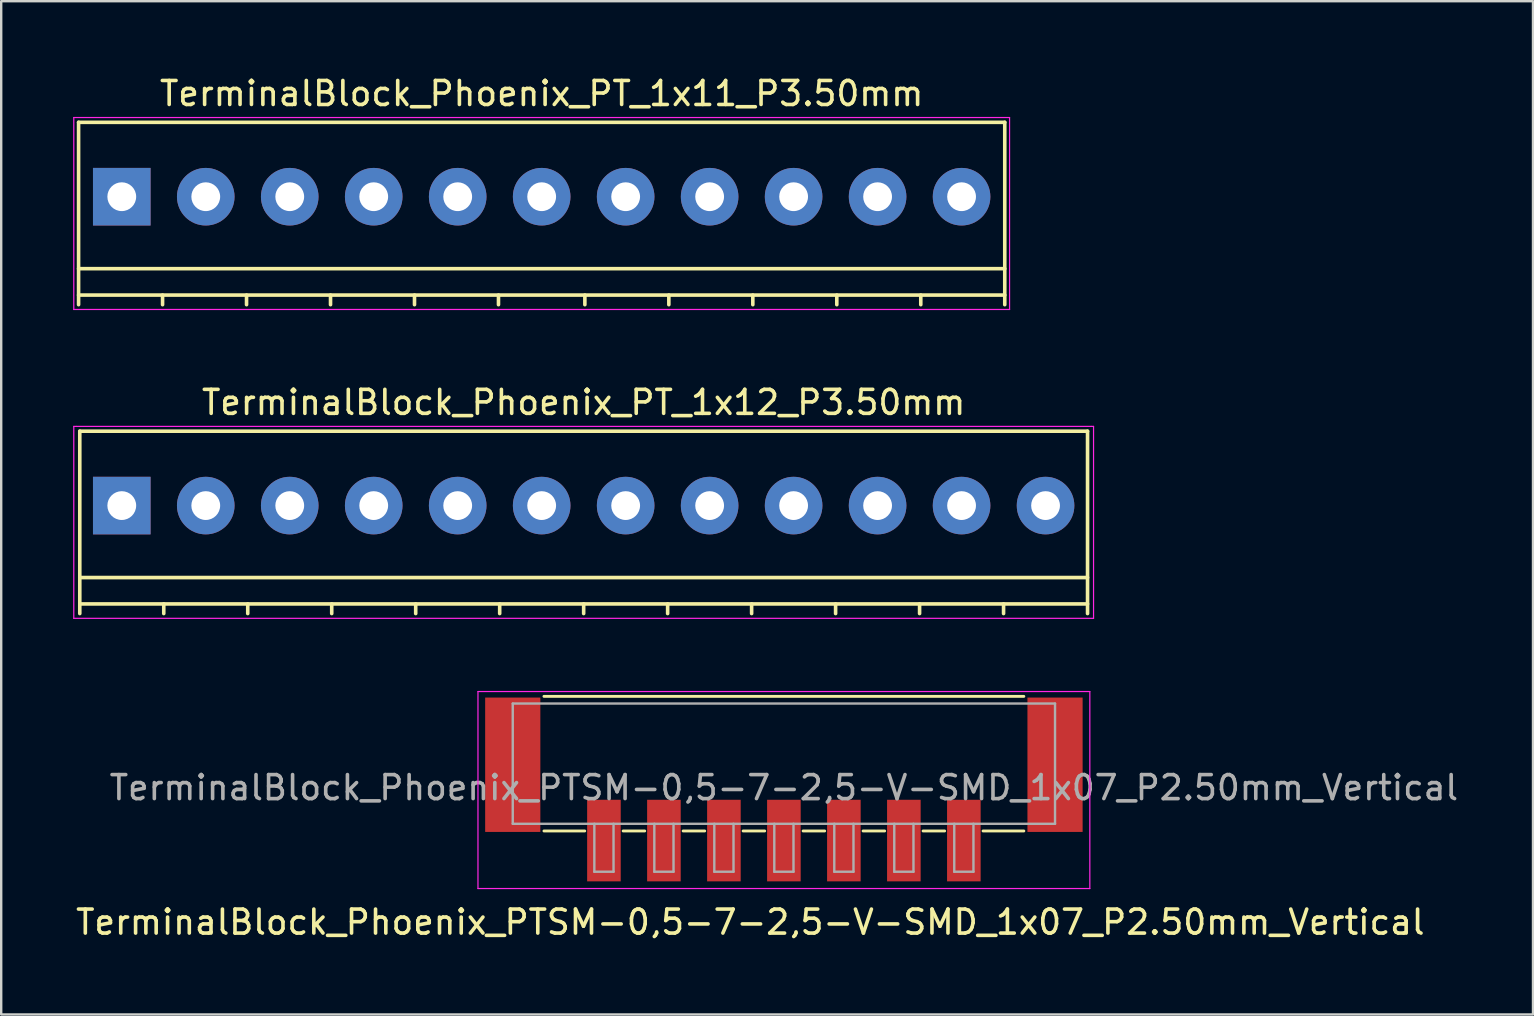
<source format=kicad_pcb>
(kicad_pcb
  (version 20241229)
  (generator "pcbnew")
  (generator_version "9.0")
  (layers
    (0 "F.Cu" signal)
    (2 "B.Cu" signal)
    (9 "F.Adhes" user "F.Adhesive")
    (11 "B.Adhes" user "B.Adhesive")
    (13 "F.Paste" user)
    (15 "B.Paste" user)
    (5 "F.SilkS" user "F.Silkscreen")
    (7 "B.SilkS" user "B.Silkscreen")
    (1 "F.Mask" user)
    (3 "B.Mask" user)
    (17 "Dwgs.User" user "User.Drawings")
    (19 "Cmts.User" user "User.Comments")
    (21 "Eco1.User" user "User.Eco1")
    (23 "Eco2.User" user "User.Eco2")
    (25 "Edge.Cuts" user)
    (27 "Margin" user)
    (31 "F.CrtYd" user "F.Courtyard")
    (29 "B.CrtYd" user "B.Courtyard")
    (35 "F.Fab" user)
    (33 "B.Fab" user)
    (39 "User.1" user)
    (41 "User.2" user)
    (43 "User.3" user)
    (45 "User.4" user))
  (footprint "TerminalBlock_Phoenix_PT_1x12_P3.50mm"
    (layer "F.Cu")
    (at 2.025 18.021)
    (property "Reference" "TerminalBlock_Phoenix_PT_1x12_P3.50mm" (at 19.25 -4.3 0) (layer "F.SilkS") (effects (font (size 1 1) (thickness 0.15))))
    (attr through_hole)
    (fp_line (start -1.75 -3.1) (end -1.75 4.5) (stroke (width 0.15) (type solid)) (layer "F.SilkS"))
    (fp_line (start -1.75 3) (end 40.25 3) (stroke (width 0.15) (type solid)) (layer "F.SilkS"))
    (fp_line (start -1.75 4.1) (end 40.25 4.1) (stroke (width 0.15) (type solid)) (layer "F.SilkS"))
    (fp_line (start 1.75 4.1) (end 1.75 4.5) (stroke (width 0.15) (type solid)) (layer "F.SilkS"))
    (fp_line (start 5.25 4.1) (end 5.25 4.5) (stroke (width 0.15) (type solid)) (layer "F.SilkS"))
    (fp_line (start 8.75 4.1) (end 8.75 4.5) (stroke (width 0.15) (type solid)) (layer "F.SilkS"))
    (fp_line (start 12.25 4.1) (end 12.25 4.5) (stroke (width 0.15) (type solid)) (layer "F.SilkS"))
    (fp_line (start 15.75 4.1) (end 15.75 4.5) (stroke (width 0.15) (type solid)) (layer "F.SilkS"))
    (fp_line (start 19.25 4.1) (end 19.25 4.5) (stroke (width 0.15) (type solid)) (layer "F.SilkS"))
    (fp_line (start 22.75 4.1) (end 22.75 4.5) (stroke (width 0.15) (type solid)) (layer "F.SilkS"))
    (fp_line (start 26.25 4.1) (end 26.25 4.5) (stroke (width 0.15) (type solid)) (layer "F.SilkS"))
    (fp_line (start 29.75 4.1) (end 29.75 4.5) (stroke (width 0.15) (type solid)) (layer "F.SilkS"))
    (fp_line (start 33.25 4.1) (end 33.25 4.5) (stroke (width 0.15) (type solid)) (layer "F.SilkS"))
    (fp_line (start 36.75 4.1) (end 36.75 4.5) (stroke (width 0.15) (type solid)) (layer "F.SilkS"))
    (fp_line (start 40.25 -3.1) (end -1.75 -3.1) (stroke (width 0.15) (type solid)) (layer "F.SilkS"))
    (fp_line (start 40.25 4.5) (end 40.25 -3.1) (stroke (width 0.15) (type solid)) (layer "F.SilkS"))
    (fp_line (start -2 -3.3) (end -1.9 -3.3) (stroke (width 0.05) (type solid)) (layer "F.CrtYd"))
    (fp_line (start -2 4.7) (end -2 -3.3) (stroke (width 0.05) (type solid)) (layer "F.CrtYd"))
    (fp_line (start -1.9 -3.3) (end 40.4 -3.3) (stroke (width 0.05) (type solid)) (layer "F.CrtYd"))
    (fp_line (start 40.4 -3.3) (end 40.5 -3.3) (stroke (width 0.05) (type solid)) (layer "F.CrtYd"))
    (fp_line (start 40.5 -3.3) (end 40.5 4.7) (stroke (width 0.05) (type solid)) (layer "F.CrtYd"))
    (fp_line (start 40.5 4.7) (end -2 4.7) (stroke (width 0.05) (type solid)) (layer "F.CrtYd"))
    (pad "1" thru_hole rect (at 0 0 180) (size 2.4 2.4) (drill 1.2) (layers "*.Cu" "*.Mask"))
    (pad "2" thru_hole circle (at 3.5 0 180) (size 2.4 2.4) (drill 1.2) (layers "*.Cu" "*.Mask"))
    (pad "3" thru_hole circle (at 7 0 180) (size 2.4 2.4) (drill 1.2) (layers "*.Cu" "*.Mask"))
    (pad "4" thru_hole circle (at 10.5 0 180) (size 2.4 2.4) (drill 1.2) (layers "*.Cu" "*.Mask"))
    (pad "5" thru_hole circle (at 14 0 180) (size 2.4 2.4) (drill 1.2) (layers "*.Cu" "*.Mask"))
    (pad "6" thru_hole circle (at 17.5 0 180) (size 2.4 2.4) (drill 1.2) (layers "*.Cu" "*.Mask"))
    (pad "7" thru_hole circle (at 21 0 180) (size 2.4 2.4) (drill 1.2) (layers "*.Cu" "*.Mask"))
    (pad "8" thru_hole circle (at 24.5 0 180) (size 2.4 2.4) (drill 1.2) (layers "*.Cu" "*.Mask"))
    (pad "9" thru_hole circle (at 28 0 180) (size 2.4 2.4) (drill 1.2) (layers "*.Cu" "*.Mask"))
    (pad "10" thru_hole circle (at 31.5 0 180) (size 2.4 2.4) (drill 1.2) (layers "*.Cu" "*.Mask"))
    (pad "11" thru_hole circle (at 35 0 180) (size 2.4 2.4) (drill 1.2) (layers "*.Cu" "*.Mask"))
    (pad "12" thru_hole circle (at 38.5 0 180) (size 2.4 2.4) (drill 1.2) (layers "*.Cu" "*.Mask")))
  (footprint "TerminalBlock_Phoenix_PTSM-0,5-7-2,5-V-SMD_1x07_P2.50mm_Vertical"
    (layer "F.Cu")
    (at 29.62 29.852)
    (property "Reference" "TerminalBlock_Phoenix_PTSM-0,5-7-2,5-V-SMD_1x07_P2.50mm_Vertical" (at -1.4 5.53 0) (layer "F.SilkS") (effects (font (size 1 1) (thickness 0.15))))
    (attr smd)
    (fp_line (start -10 -3.88) (end 10 -3.88) (stroke (width 0.12) (type solid)) (layer "F.SilkS"))
    (fp_line (start -8.3 1.73) (end -10 1.73) (stroke (width 0.12) (type solid)) (layer "F.SilkS"))
    (fp_line (start -5.8 1.73) (end -6.7 1.73) (stroke (width 0.12) (type solid)) (layer "F.SilkS"))
    (fp_line (start -3.3 1.73) (end -4.2 1.73) (stroke (width 0.12) (type solid)) (layer "F.SilkS"))
    (fp_line (start -0.8 1.73) (end -1.7 1.73) (stroke (width 0.12) (type solid)) (layer "F.SilkS"))
    (fp_line (start 1.7 1.73) (end 0.8 1.73) (stroke (width 0.12) (type solid)) (layer "F.SilkS"))
    (fp_line (start 4.2 1.73) (end 3.3 1.73) (stroke (width 0.12) (type solid)) (layer "F.SilkS"))
    (fp_line (start 6.7 1.73) (end 5.8 1.73) (stroke (width 0.12) (type solid)) (layer "F.SilkS"))
    (fp_line (start 10 1.73) (end 8.3 1.73) (stroke (width 0.12) (type solid)) (layer "F.SilkS"))
    (fp_line (start -12.75 -4.08) (end 12.75 -4.08) (stroke (width 0.05) (type solid)) (layer "F.CrtYd"))
    (fp_line (start -12.75 4.13) (end -12.75 -4.08) (stroke (width 0.05) (type solid)) (layer "F.CrtYd"))
    (fp_line (start 12.75 -4.08) (end 12.75 4.13) (stroke (width 0.05) (type solid)) (layer "F.CrtYd"))
    (fp_line (start 12.75 4.13) (end -12.75 4.13) (stroke (width 0.05) (type solid)) (layer "F.CrtYd"))
    (fp_line (start -11.3 -3.58) (end 11.3 -3.58) (stroke (width 0.1) (type solid)) (layer "F.Fab"))
    (fp_line (start -11.3 1.43) (end -11.3 -3.58) (stroke (width 0.1) (type solid)) (layer "F.Fab"))
    (fp_line (start -7.9 1.43) (end -7.9 3.43) (stroke (width 0.1) (type solid)) (layer "F.Fab"))
    (fp_line (start -7.9 3.43) (end -7.1 3.43) (stroke (width 0.1) (type solid)) (layer "F.Fab"))
    (fp_line (start -7.1 1.43) (end -7.1 3.43) (stroke (width 0.1) (type solid)) (layer "F.Fab"))
    (fp_line (start -5.4 1.43) (end -5.4 3.43) (stroke (width 0.1) (type solid)) (layer "F.Fab"))
    (fp_line (start -5.4 3.43) (end -4.6 3.43) (stroke (width 0.1) (type solid)) (layer "F.Fab"))
    (fp_line (start -4.6 1.43) (end -4.6 3.43) (stroke (width 0.1) (type solid)) (layer "F.Fab"))
    (fp_line (start -2.9 1.43) (end -2.9 3.43) (stroke (width 0.1) (type solid)) (layer "F.Fab"))
    (fp_line (start -2.9 3.43) (end -2.1 3.43) (stroke (width 0.1) (type solid)) (layer "F.Fab"))
    (fp_line (start -2.1 1.43) (end -2.1 3.43) (stroke (width 0.1) (type solid)) (layer "F.Fab"))
    (fp_line (start -0.4 1.43) (end -0.4 3.43) (stroke (width 0.1) (type solid)) (layer "F.Fab"))
    (fp_line (start -0.4 3.43) (end 0.4 3.43) (stroke (width 0.1) (type solid)) (layer "F.Fab"))
    (fp_line (start 0.4 1.43) (end 0.4 3.43) (stroke (width 0.1) (type solid)) (layer "F.Fab"))
    (fp_line (start 2.1 1.43) (end 2.1 3.43) (stroke (width 0.1) (type solid)) (layer "F.Fab"))
    (fp_line (start 2.1 3.43) (end 2.9 3.43) (stroke (width 0.1) (type solid)) (layer "F.Fab"))
    (fp_line (start 2.9 1.43) (end 2.9 3.43) (stroke (width 0.1) (type solid)) (layer "F.Fab"))
    (fp_line (start 4.6 1.43) (end 4.6 3.43) (stroke (width 0.1) (type solid)) (layer "F.Fab"))
    (fp_line (start 4.6 3.43) (end 5.4 3.43) (stroke (width 0.1) (type solid)) (layer "F.Fab"))
    (fp_line (start 5.4 1.43) (end 5.4 3.43) (stroke (width 0.1) (type solid)) (layer "F.Fab"))
    (fp_line (start 7.1 1.43) (end 7.1 3.43) (stroke (width 0.1) (type solid)) (layer "F.Fab"))
    (fp_line (start 7.1 3.43) (end 7.9 3.43) (stroke (width 0.1) (type solid)) (layer "F.Fab"))
    (fp_line (start 7.9 1.43) (end 7.9 3.43) (stroke (width 0.1) (type solid)) (layer "F.Fab"))
    (fp_line (start 11.3 1.43) (end -11.3 1.43) (stroke (width 0.1) (type solid)) (layer "F.Fab"))
    (fp_line (start 11.3 1.43) (end 11.3 -3.58) (stroke (width 0.1) (type solid)) (layer "F.Fab"))
    (fp_text user "${REFERENCE}" (at 0 -0.075 0) (layer "F.Fab") (effects (font (size 1 1) (thickness 0.15))))
    (pad "1" smd rect (at -7.5 2.13 180) (size 1.4 3.4) (layers "F.Cu" "F.Mask" "F.Paste"))
    (pad "2" smd rect (at -5 2.13 180) (size 1.4 3.4) (layers "F.Cu" "F.Mask" "F.Paste"))
    (pad "3" smd rect (at -2.5 2.13 180) (size 1.4 3.4) (layers "F.Cu" "F.Mask" "F.Paste"))
    (pad "4" smd rect (at 0 2.13 180) (size 1.4 3.4) (layers "F.Cu" "F.Mask" "F.Paste"))
    (pad "5" smd rect (at 2.5 2.13 180) (size 1.4 3.4) (layers "F.Cu" "F.Mask" "F.Paste"))
    (pad "6" smd rect (at 5 2.13 180) (size 1.4 3.4) (layers "F.Cu" "F.Mask" "F.Paste"))
    (pad "7" smd rect (at 7.5 2.13 180) (size 1.4 3.4) (layers "F.Cu" "F.Mask" "F.Paste"))
    (pad "MP" smd rect (at -11.3 -1.03 180) (size 2.3 5.6) (layers "F.Cu" "F.Mask" "F.Paste"))
    (pad "MP" smd rect (at 11.3 -1.03 180) (size 2.3 5.6) (layers "F.Cu" "F.Mask" "F.Paste")))
  (footprint "TerminalBlock_Phoenix_PT_1x11_P3.50mm"
    (layer "F.Cu")
    (at 2.025 5.148)
    (property "Reference" "TerminalBlock_Phoenix_PT_1x11_P3.50mm" (at 17.5 -4.3 0) (layer "F.SilkS") (effects (font (size 1 1) (thickness 0.15))))
    (attr through_hole)
    (fp_line (start -1.8 -3.1) (end -1.8 4.5) (stroke (width 0.15) (type solid)) (layer "F.SilkS"))
    (fp_line (start -1.8 3) (end 36.8 3) (stroke (width 0.15) (type solid)) (layer "F.SilkS"))
    (fp_line (start -1.8 4.1) (end 36.8 4.1) (stroke (width 0.15) (type solid)) (layer "F.SilkS"))
    (fp_line (start 1.7 4.1) (end 1.7 4.5) (stroke (width 0.15) (type solid)) (layer "F.SilkS"))
    (fp_line (start 5.2 4.1) (end 5.2 4.5) (stroke (width 0.15) (type solid)) (layer "F.SilkS"))
    (fp_line (start 8.7 4.1) (end 8.7 4.5) (stroke (width 0.15) (type solid)) (layer "F.SilkS"))
    (fp_line (start 12.2 4.1) (end 12.2 4.5) (stroke (width 0.15) (type solid)) (layer "F.SilkS"))
    (fp_line (start 15.7 4.1) (end 15.7 4.5) (stroke (width 0.15) (type solid)) (layer "F.SilkS"))
    (fp_line (start 19.3 4.1) (end 19.3 4.5) (stroke (width 0.15) (type solid)) (layer "F.SilkS"))
    (fp_line (start 22.8 4.1) (end 22.8 4.5) (stroke (width 0.15) (type solid)) (layer "F.SilkS"))
    (fp_line (start 26.3 4.1) (end 26.3 4.5) (stroke (width 0.15) (type solid)) (layer "F.SilkS"))
    (fp_line (start 29.8 4.1) (end 29.8 4.5) (stroke (width 0.15) (type solid)) (layer "F.SilkS"))
    (fp_line (start 33.3 4.1) (end 33.3 4.5) (stroke (width 0.15) (type solid)) (layer "F.SilkS"))
    (fp_line (start 36.8 -3.1) (end -1.8 -3.1) (stroke (width 0.15) (type solid)) (layer "F.SilkS"))
    (fp_line (start 36.8 4.5) (end 36.8 -3.1) (stroke (width 0.15) (type solid)) (layer "F.SilkS"))
    (fp_line (start -2 -3.3) (end 37 -3.3) (stroke (width 0.05) (type solid)) (layer "F.CrtYd"))
    (fp_line (start -2 4.7) (end -2 -3.3) (stroke (width 0.05) (type solid)) (layer "F.CrtYd"))
    (fp_line (start 37 -3.3) (end 37 4.7) (stroke (width 0.05) (type solid)) (layer "F.CrtYd"))
    (fp_line (start 37 4.7) (end -2 4.7) (stroke (width 0.05) (type solid)) (layer "F.CrtYd"))
    (pad "1" thru_hole rect (at 0 0 180) (size 2.4 2.4) (drill 1.2) (layers "*.Cu" "*.Mask"))
    (pad "2" thru_hole circle (at 3.5 0 180) (size 2.4 2.4) (drill 1.2) (layers "*.Cu" "*.Mask"))
    (pad "3" thru_hole circle (at 7 0 180) (size 2.4 2.4) (drill 1.2) (layers "*.Cu" "*.Mask"))
    (pad "4" thru_hole circle (at 10.5 0 180) (size 2.4 2.4) (drill 1.2) (layers "*.Cu" "*.Mask"))
    (pad "5" thru_hole circle (at 14 0 180) (size 2.4 2.4) (drill 1.2) (layers "*.Cu" "*.Mask"))
    (pad "6" thru_hole circle (at 17.5 0 180) (size 2.4 2.4) (drill 1.2) (layers "*.Cu" "*.Mask"))
    (pad "7" thru_hole circle (at 21 0 180) (size 2.4 2.4) (drill 1.2) (layers "*.Cu" "*.Mask"))
    (pad "8" thru_hole circle (at 24.5 0 180) (size 2.4 2.4) (drill 1.2) (layers "*.Cu" "*.Mask"))
    (pad "9" thru_hole circle (at 28 0 180) (size 2.4 2.4) (drill 1.2) (layers "*.Cu" "*.Mask"))
    (pad "10" thru_hole circle (at 31.5 0 180) (size 2.4 2.4) (drill 1.2) (layers "*.Cu" "*.Mask"))
    (pad "11" thru_hole circle (at 35 0 180) (size 2.4 2.4) (drill 1.2) (layers "*.Cu" "*.Mask")))
  (gr_rect
    (start -3 -3)
    (end 60.84 39.23)
    (stroke (width 0.1) (type default))
    (fill no)
    (layer "Edge.Cuts")))
</source>
